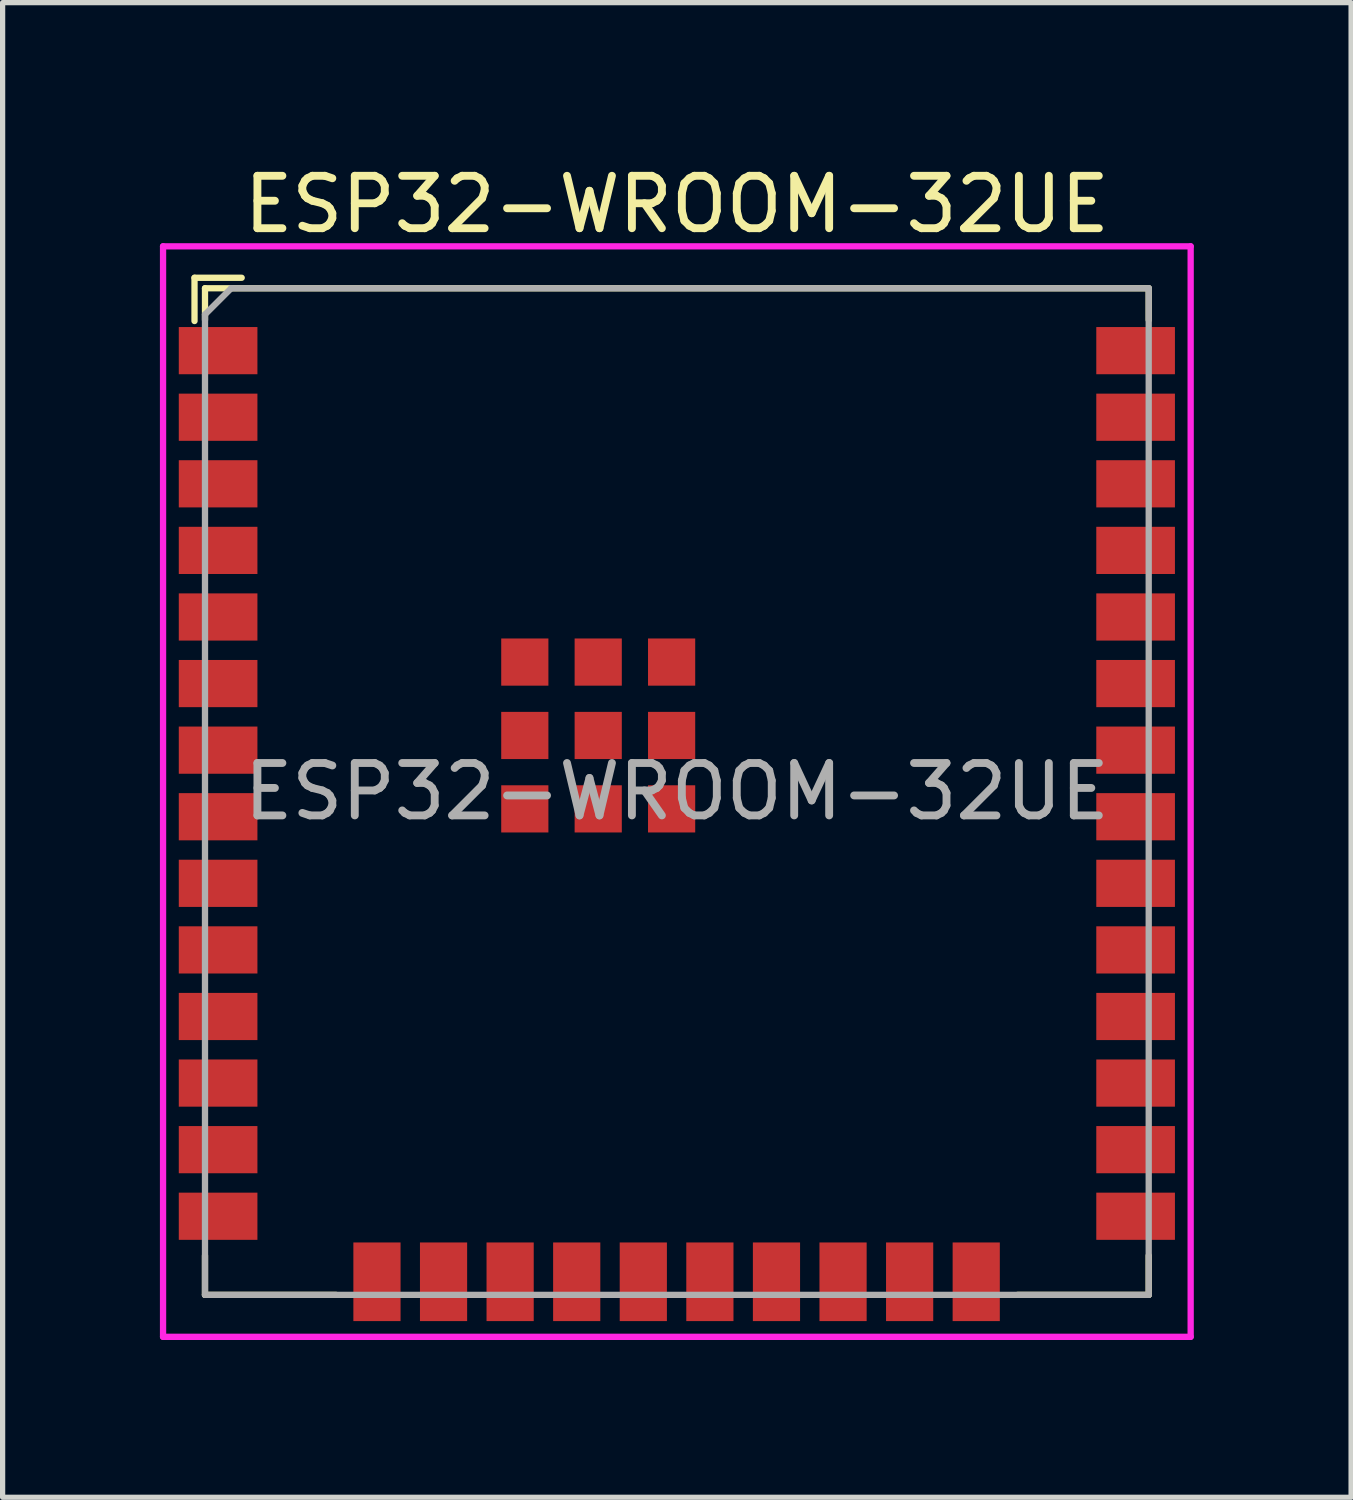
<source format=kicad_pcb>
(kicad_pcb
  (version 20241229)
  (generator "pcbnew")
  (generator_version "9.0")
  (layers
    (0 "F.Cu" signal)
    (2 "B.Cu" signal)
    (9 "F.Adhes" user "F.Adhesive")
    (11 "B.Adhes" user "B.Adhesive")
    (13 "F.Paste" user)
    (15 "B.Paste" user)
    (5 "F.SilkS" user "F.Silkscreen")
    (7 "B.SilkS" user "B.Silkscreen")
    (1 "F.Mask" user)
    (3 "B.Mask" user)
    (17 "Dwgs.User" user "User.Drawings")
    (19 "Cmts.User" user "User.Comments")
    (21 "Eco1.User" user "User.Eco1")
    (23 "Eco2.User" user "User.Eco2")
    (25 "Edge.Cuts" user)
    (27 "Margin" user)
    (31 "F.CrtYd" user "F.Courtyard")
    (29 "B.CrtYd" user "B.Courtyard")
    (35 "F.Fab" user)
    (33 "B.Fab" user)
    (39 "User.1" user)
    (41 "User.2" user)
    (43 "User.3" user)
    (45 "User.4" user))
  (footprint "ESP32-WROOM-32UE"
    (layer "F.Cu")
    (at 0.86 21.648)
    (property "Reference" "ESP32-WROOM-32UE" (at 9 -20.8 0) (layer "F.SilkS") (effects (font (size 1 1) (thickness 0.15))))
    (attr smd)
    (fp_line (start -0.2 -19.4) (end -0.2 -18.575) (stroke (width 0.12) (type solid)) (layer "F.SilkS"))
    (fp_line (start 0 -19.2) (end 0 -18.595) (stroke (width 0.12) (type solid)) (layer "F.SilkS"))
    (fp_line (start 0 -0.75) (end 0 0) (stroke (width 0.12) (type solid)) (layer "F.SilkS"))
    (fp_line (start 0 0) (end 2.5 0) (stroke (width 0.12) (type solid)) (layer "F.SilkS"))
    (fp_line (start 0.7 -19.4) (end -0.2 -19.4) (stroke (width 0.12) (type solid)) (layer "F.SilkS"))
    (fp_line (start 15.5 0) (end 18 0) (stroke (width 0.12) (type solid)) (layer "F.SilkS"))
    (fp_line (start 18 -19.2) (end 0 -19.2) (stroke (width 0.12) (type solid)) (layer "F.SilkS"))
    (fp_line (start 18 -19.2) (end 18 -18.595) (stroke (width 0.12) (type solid)) (layer "F.SilkS"))
    (fp_line (start 18 -0.75) (end 18 0) (stroke (width 0.12) (type solid)) (layer "F.SilkS"))
    (fp_line (start 0 -19.2) (end 18 -19.2) (stroke (width 0.12) (type solid)) (layer "Eco2.User"))
    (fp_line (start 0 0) (end 0 -19.2) (stroke (width 0.12) (type solid)) (layer "Eco2.User"))
    (fp_line (start 18 -19.2) (end 18 0) (stroke (width 0.12) (type solid)) (layer "Eco2.User"))
    (fp_line (start 18 0) (end 0 0) (stroke (width 0.12) (type solid)) (layer "Eco2.User"))
    (fp_line (start -0.8 -20) (end -0.8 0.8) (stroke (width 0.12) (type solid)) (layer "F.CrtYd"))
    (fp_line (start -0.8 -20) (end 18.8 -20) (stroke (width 0.12) (type solid)) (layer "F.CrtYd"))
    (fp_line (start -0.8 0.8) (end 18.8 0.8) (stroke (width 0.12) (type solid)) (layer "F.CrtYd"))
    (fp_line (start 18.8 -20) (end 18.8 0.8) (stroke (width 0.12) (type solid)) (layer "F.CrtYd"))
    (fp_line (start 0 0) (end 0 -18.7) (stroke (width 0.12) (type solid)) (layer "F.Fab"))
    (fp_line (start 0.5 -19.2) (end 0 -18.7) (stroke (width 0.12) (type solid)) (layer "F.Fab"))
    (fp_line (start 0.5 -19.2) (end 18 -19.2) (stroke (width 0.12) (type solid)) (layer "F.Fab"))
    (fp_line (start 18 -19.2) (end 18 0) (stroke (width 0.12) (type solid)) (layer "F.Fab"))
    (fp_line (start 18 0) (end 0 0) (stroke (width 0.12) (type solid)) (layer "F.Fab"))
    (fp_text user "${REFERENCE}" (at 9 -9.6 0) (layer "F.Fab") (effects (font (size 1 1) (thickness 0.15))))
    (pad "1" smd rect (at 0.25 -18.01) (size 1.5 0.9) (layers "F.Cu" "F.Mask" "F.Paste"))
    (pad "2" smd rect (at 0.25 -16.74) (size 1.5 0.9) (layers "F.Cu" "F.Mask" "F.Paste"))
    (pad "3" smd rect (at 0.25 -15.47) (size 1.5 0.9) (layers "F.Cu" "F.Mask" "F.Paste"))
    (pad "4" smd rect (at 0.25 -14.2) (size 1.5 0.9) (layers "F.Cu" "F.Mask" "F.Paste"))
    (pad "5" smd rect (at 0.25 -12.93) (size 1.5 0.9) (layers "F.Cu" "F.Mask" "F.Paste"))
    (pad "6" smd rect (at 0.25 -11.66) (size 1.5 0.9) (layers "F.Cu" "F.Mask" "F.Paste"))
    (pad "7" smd rect (at 0.25 -10.39) (size 1.5 0.9) (layers "F.Cu" "F.Mask" "F.Paste"))
    (pad "8" smd rect (at 0.25 -9.12) (size 1.5 0.9) (layers "F.Cu" "F.Mask" "F.Paste"))
    (pad "9" smd rect (at 0.25 -7.85) (size 1.5 0.9) (layers "F.Cu" "F.Mask" "F.Paste"))
    (pad "10" smd rect (at 0.25 -6.58) (size 1.5 0.9) (layers "F.Cu" "F.Mask" "F.Paste"))
    (pad "11" smd rect (at 0.25 -5.31) (size 1.5 0.9) (layers "F.Cu" "F.Mask" "F.Paste"))
    (pad "12" smd rect (at 0.25 -4.04) (size 1.5 0.9) (layers "F.Cu" "F.Mask" "F.Paste"))
    (pad "13" smd rect (at 0.25 -2.77) (size 1.5 0.9) (layers "F.Cu" "F.Mask" "F.Paste"))
    (pad "14" smd rect (at 0.25 -1.5) (size 1.5 0.9) (layers "F.Cu" "F.Mask" "F.Paste"))
    (pad "15" smd rect (at 3.28 -0.25 90) (size 1.5 0.9) (layers "F.Cu" "F.Mask" "F.Paste"))
    (pad "16" smd rect (at 4.55 -0.25 90) (size 1.5 0.9) (layers "F.Cu" "F.Mask" "F.Paste"))
    (pad "17" smd rect (at 5.82 -0.25 90) (size 1.5 0.9) (layers "F.Cu" "F.Mask" "F.Paste"))
    (pad "18" smd rect (at 7.09 -0.25 90) (size 1.5 0.9) (layers "F.Cu" "F.Mask" "F.Paste"))
    (pad "19" smd rect (at 8.36 -0.25 90) (size 1.5 0.9) (layers "F.Cu" "F.Mask" "F.Paste"))
    (pad "20" smd rect (at 9.63 -0.25 90) (size 1.5 0.9) (layers "F.Cu" "F.Mask" "F.Paste"))
    (pad "21" smd rect (at 10.9 -0.25 90) (size 1.5 0.9) (layers "F.Cu" "F.Mask" "F.Paste"))
    (pad "22" smd rect (at 12.17 -0.25 90) (size 1.5 0.9) (layers "F.Cu" "F.Mask" "F.Paste"))
    (pad "23" smd rect (at 13.44 -0.25 90) (size 1.5 0.9) (layers "F.Cu" "F.Mask" "F.Paste"))
    (pad "24" smd rect (at 14.71 -0.25 90) (size 1.5 0.9) (layers "F.Cu" "F.Mask" "F.Paste"))
    (pad "25" smd rect (at 17.75 -1.5 180) (size 1.5 0.9) (layers "F.Cu" "F.Mask" "F.Paste"))
    (pad "26" smd rect (at 17.75 -2.77 180) (size 1.5 0.9) (layers "F.Cu" "F.Mask" "F.Paste"))
    (pad "27" smd rect (at 17.75 -4.04 180) (size 1.5 0.9) (layers "F.Cu" "F.Mask" "F.Paste"))
    (pad "28" smd rect (at 17.75 -5.31 180) (size 1.5 0.9) (layers "F.Cu" "F.Mask" "F.Paste"))
    (pad "29" smd rect (at 17.75 -6.58 180) (size 1.5 0.9) (layers "F.Cu" "F.Mask" "F.Paste"))
    (pad "30" smd rect (at 17.75 -7.85 180) (size 1.5 0.9) (layers "F.Cu" "F.Mask" "F.Paste"))
    (pad "31" smd rect (at 17.75 -9.12 180) (size 1.5 0.9) (layers "F.Cu" "F.Mask" "F.Paste"))
    (pad "32" smd rect (at 17.75 -10.39 180) (size 1.5 0.9) (layers "F.Cu" "F.Mask" "F.Paste"))
    (pad "33" smd rect (at 17.75 -11.66 180) (size 1.5 0.9) (layers "F.Cu" "F.Mask" "F.Paste"))
    (pad "34" smd rect (at 17.75 -12.93 180) (size 1.5 0.9) (layers "F.Cu" "F.Mask" "F.Paste"))
    (pad "35" smd rect (at 17.75 -14.2 180) (size 1.5 0.9) (layers "F.Cu" "F.Mask" "F.Paste"))
    (pad "36" smd rect (at 17.75 -15.47 180) (size 1.5 0.9) (layers "F.Cu" "F.Mask" "F.Paste"))
    (pad "37" smd rect (at 17.75 -16.74 180) (size 1.5 0.9) (layers "F.Cu" "F.Mask" "F.Paste"))
    (pad "38" smd rect (at 17.75 -18.01 180) (size 1.5 0.9) (layers "F.Cu" "F.Mask" "F.Paste"))
    (pad "39" smd rect (at 6.1 -12.07 180) (size 0.9 0.9) (layers "F.Cu" "F.Mask" "F.Paste"))
    (pad "39" smd rect (at 6.1 -10.67 180) (size 0.9 0.9) (layers "F.Cu" "F.Mask" "F.Paste"))
    (pad "39" smd rect (at 6.1 -9.27 180) (size 0.9 0.9) (layers "F.Cu" "F.Mask" "F.Paste"))
    (pad "39" smd rect (at 7.5 -12.07 180) (size 0.9 0.9) (layers "F.Cu" "F.Mask" "F.Paste"))
    (pad "39" smd rect (at 7.5 -10.67 180) (size 0.9 0.9) (layers "F.Cu" "F.Mask" "F.Paste"))
    (pad "39" smd rect (at 7.5 -9.27 180) (size 0.9 0.9) (layers "F.Cu" "F.Mask" "F.Paste"))
    (pad "39" smd rect (at 8.9 -12.07 180) (size 0.9 0.9) (layers "F.Cu" "F.Mask" "F.Paste"))
    (pad "39" smd rect (at 8.9 -10.67 180) (size 0.9 0.9) (layers "F.Cu" "F.Mask" "F.Paste"))
    (pad "39" smd rect (at 8.9 -9.27 180) (size 0.9 0.9) (layers "F.Cu" "F.Mask" "F.Paste")))
  (gr_rect
    (start -3 -3)
    (end 22.72 25.508)
    (stroke (width 0.1) (type default))
    (fill no)
    (layer "Edge.Cuts")))
</source>
